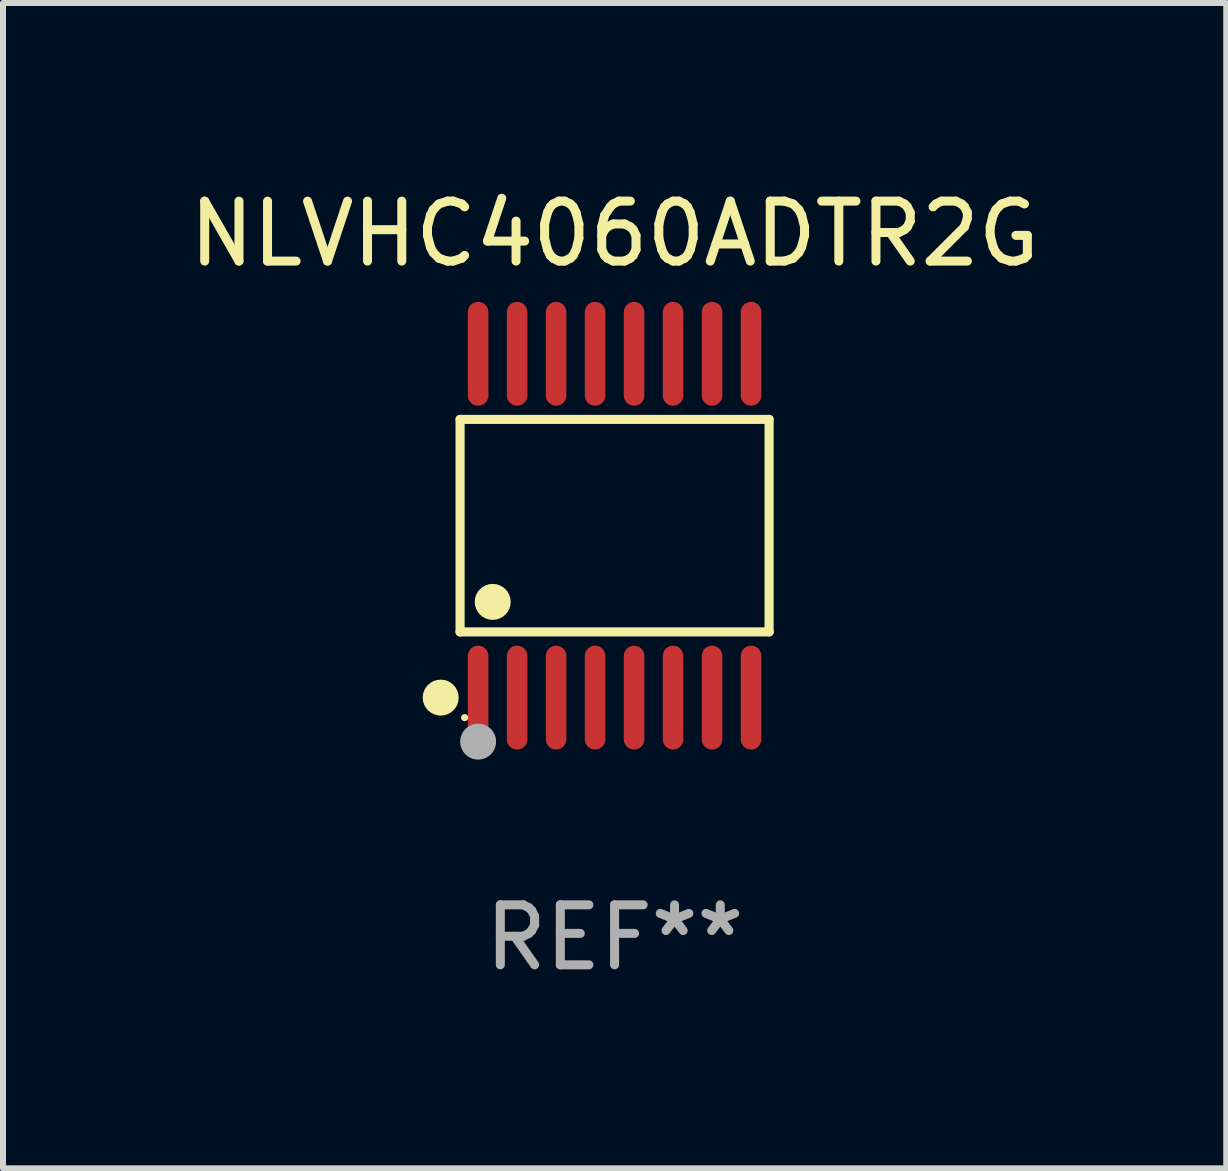
<source format=kicad_pcb>
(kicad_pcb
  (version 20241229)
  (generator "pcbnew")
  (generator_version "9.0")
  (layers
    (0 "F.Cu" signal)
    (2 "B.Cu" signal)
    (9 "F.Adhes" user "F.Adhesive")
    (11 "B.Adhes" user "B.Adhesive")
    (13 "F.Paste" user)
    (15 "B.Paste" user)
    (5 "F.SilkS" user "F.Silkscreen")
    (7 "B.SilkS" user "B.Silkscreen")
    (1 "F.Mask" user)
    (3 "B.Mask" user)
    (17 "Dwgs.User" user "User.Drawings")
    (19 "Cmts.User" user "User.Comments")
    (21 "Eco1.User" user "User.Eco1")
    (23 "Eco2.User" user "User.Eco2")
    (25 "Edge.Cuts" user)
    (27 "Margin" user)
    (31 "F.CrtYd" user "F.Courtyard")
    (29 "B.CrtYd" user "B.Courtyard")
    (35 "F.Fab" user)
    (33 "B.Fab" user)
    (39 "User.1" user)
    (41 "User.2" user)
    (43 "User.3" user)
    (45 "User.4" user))
  (footprint "NLVHC4060ADTR2G"
    (layer "F.Cu")
    (at 7.196 5.714)
    (property "Reference" "NLVHC4060ADTR2G" (at 0 -4.866 0) (layer "F.SilkS") (effects (font (size 1 1) (thickness 0.15))))
    (attr through_hole)
    (fp_line (start -2.576 -1.772) (end 2.576 -1.772) (stroke (width 0.152) (type solid)) (layer "F.SilkS"))
    (fp_line (start -2.576 1.771) (end -2.576 -1.772) (stroke (width 0.152) (type solid)) (layer "F.SilkS"))
    (fp_line (start 2.576 -1.772) (end 2.576 1.771) (stroke (width 0.152) (type solid)) (layer "F.SilkS"))
    (fp_line (start 2.576 1.771) (end -2.576 1.771) (stroke (width 0.152) (type solid)) (layer "F.SilkS"))
    (fp_circle (center -2.899 2.866) (end -2.749 2.866) (stroke (width 0.3) (type solid)) (fill no) (layer "F.SilkS"))
    (fp_circle (center -2.5 3.2) (end -2.47 3.2) (stroke (width 0.06) (type solid)) (fill no) (layer "F.SilkS"))
    (fp_circle (center -2.032 1.27) (end -1.882 1.27) (stroke (width 0.3) (type solid)) (fill no) (layer "F.SilkS"))
    (fp_circle (center -2.275 3.6) (end -2.125 3.6) (stroke (width 0.3) (type solid)) (fill no) (layer "F.Fab"))
    (fp_text user "REF**" (at 0 6.866 0) (layer "F.Fab") (effects (font (size 1 1) (thickness 0.15))))
    (pad "1" smd oval (at -2.275 2.866) (size 0.343 1.731) (layers "F.Cu" "F.Mask" "F.Paste"))
    (pad "2" smd oval (at -1.625 2.866) (size 0.343 1.731) (layers "F.Cu" "F.Mask" "F.Paste"))
    (pad "3" smd oval (at -0.975 2.866) (size 0.343 1.731) (layers "F.Cu" "F.Mask" "F.Paste"))
    (pad "4" smd oval (at -0.325 2.866) (size 0.343 1.731) (layers "F.Cu" "F.Mask" "F.Paste"))
    (pad "5" smd oval (at 0.325 2.866) (size 0.343 1.731) (layers "F.Cu" "F.Mask" "F.Paste"))
    (pad "6" smd oval (at 0.975 2.866) (size 0.343 1.731) (layers "F.Cu" "F.Mask" "F.Paste"))
    (pad "7" smd oval (at 1.625 2.866) (size 0.343 1.731) (layers "F.Cu" "F.Mask" "F.Paste"))
    (pad "8" smd oval (at 2.275 2.866) (size 0.343 1.731) (layers "F.Cu" "F.Mask" "F.Paste"))
    (pad "9" smd oval (at 2.275 -2.866) (size 0.343 1.731) (layers "F.Cu" "F.Mask" "F.Paste"))
    (pad "10" smd oval (at 1.625 -2.866) (size 0.343 1.731) (layers "F.Cu" "F.Mask" "F.Paste"))
    (pad "11" smd oval (at 0.975 -2.866) (size 0.343 1.731) (layers "F.Cu" "F.Mask" "F.Paste"))
    (pad "12" smd oval (at 0.325 -2.866) (size 0.343 1.731) (layers "F.Cu" "F.Mask" "F.Paste"))
    (pad "13" smd oval (at -0.325 -2.866) (size 0.343 1.731) (layers "F.Cu" "F.Mask" "F.Paste"))
    (pad "14" smd oval (at -0.975 -2.866) (size 0.343 1.731) (layers "F.Cu" "F.Mask" "F.Paste"))
    (pad "15" smd oval (at -1.625 -2.866) (size 0.343 1.731) (layers "F.Cu" "F.Mask" "F.Paste"))
    (pad "16" smd oval (at -2.275 -2.866) (size 0.343 1.731) (layers "F.Cu" "F.Mask" "F.Paste")))
  (gr_rect
    (start -3 -3)
    (end 17.393 16.428)
    (stroke (width 0.1) (type default))
    (fill no)
    (layer "Edge.Cuts")))
</source>
